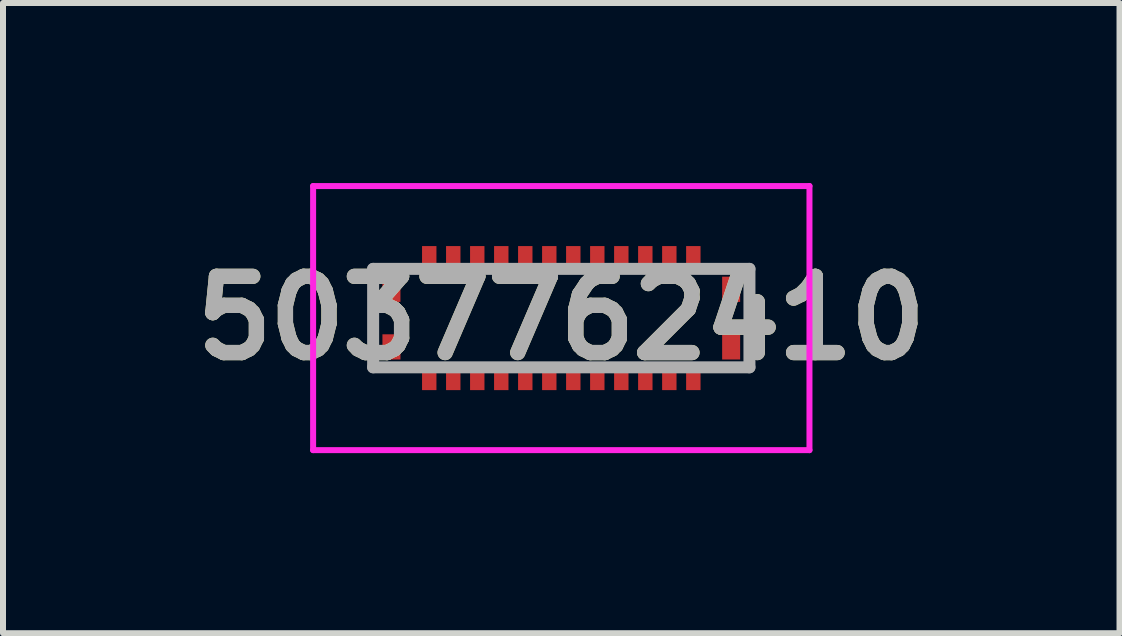
<source format=kicad_pcb>
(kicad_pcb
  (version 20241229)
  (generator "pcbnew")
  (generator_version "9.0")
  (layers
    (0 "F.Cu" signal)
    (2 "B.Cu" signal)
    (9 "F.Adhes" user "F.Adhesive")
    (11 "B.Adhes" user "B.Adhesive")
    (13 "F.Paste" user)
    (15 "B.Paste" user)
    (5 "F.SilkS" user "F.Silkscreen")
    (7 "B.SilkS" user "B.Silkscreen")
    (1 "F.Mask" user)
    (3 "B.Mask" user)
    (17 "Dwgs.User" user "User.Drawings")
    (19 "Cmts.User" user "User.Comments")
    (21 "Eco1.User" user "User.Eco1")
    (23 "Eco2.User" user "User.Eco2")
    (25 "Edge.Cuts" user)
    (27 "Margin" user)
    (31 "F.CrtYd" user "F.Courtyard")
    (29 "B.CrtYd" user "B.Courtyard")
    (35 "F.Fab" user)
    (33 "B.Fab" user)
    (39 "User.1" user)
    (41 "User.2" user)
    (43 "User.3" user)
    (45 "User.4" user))
  (footprint "5037762410"
    (layer "F.Cu")
    (at 6.302 2.25)
    (property "Reference" "5037762410" (at 0 0 0) (layer "F.SilkS") (effects (font (size 1.27 1.27) (thickness 0.254))))
    (attr smd)
    (fp_line (start -3.135 0.847) (end -3.135 -0.82) (stroke (width 0.1) (type solid)) (layer "F.SilkS"))
    (fp_line (start 3.135 0.847) (end 3.135 -0.848) (stroke (width 0.1) (type solid)) (layer "F.SilkS"))
    (fp_line (start -4.135 -2.2) (end 4.135 -2.2) (stroke (width 0.1) (type solid)) (layer "F.CrtYd"))
    (fp_line (start -4.135 2.2) (end -4.135 -2.2) (stroke (width 0.1) (type solid)) (layer "F.CrtYd"))
    (fp_line (start 4.135 -2.2) (end 4.135 2.2) (stroke (width 0.1) (type solid)) (layer "F.CrtYd"))
    (fp_line (start 4.135 2.2) (end -4.135 2.2) (stroke (width 0.1) (type solid)) (layer "F.CrtYd"))
    (fp_line (start -3.135 -0.82) (end 3.135 -0.82) (stroke (width 0.2) (type solid)) (layer "F.Fab"))
    (fp_line (start -3.135 0.82) (end -3.135 -0.82) (stroke (width 0.2) (type solid)) (layer "F.Fab"))
    (fp_line (start 3.135 -0.82) (end 3.135 0.82) (stroke (width 0.2) (type solid)) (layer "F.Fab"))
    (fp_line (start 3.135 0.82) (end -3.135 0.82) (stroke (width 0.2) (type solid)) (layer "F.Fab"))
    (fp_text user "${REFERENCE}" (at 0 0 0) (layer "F.Fab") (effects (font (size 1.27 1.27) (thickness 0.254))))
    (pad "1" smd rect (at -2.2 1.025) (size 0.24 0.35) (layers "F.Cu" "F.Mask" "F.Paste"))
    (pad "2" smd rect (at -2.2 -1.025) (size 0.24 0.35) (layers "F.Cu" "F.Mask" "F.Paste"))
    (pad "3" smd rect (at -1.8 1.025) (size 0.24 0.35) (layers "F.Cu" "F.Mask" "F.Paste"))
    (pad "4" smd rect (at -1.8 -1.025) (size 0.24 0.35) (layers "F.Cu" "F.Mask" "F.Paste"))
    (pad "5" smd rect (at -1.4 1.025) (size 0.24 0.35) (layers "F.Cu" "F.Mask" "F.Paste"))
    (pad "6" smd rect (at -1.4 -1.025) (size 0.24 0.35) (layers "F.Cu" "F.Mask" "F.Paste"))
    (pad "7" smd rect (at -1 1.025) (size 0.24 0.35) (layers "F.Cu" "F.Mask" "F.Paste"))
    (pad "8" smd rect (at -1 -1.025) (size 0.24 0.35) (layers "F.Cu" "F.Mask" "F.Paste"))
    (pad "9" smd rect (at -0.6 1.025) (size 0.24 0.35) (layers "F.Cu" "F.Mask" "F.Paste"))
    (pad "10" smd rect (at -0.6 -1.025) (size 0.24 0.35) (layers "F.Cu" "F.Mask" "F.Paste"))
    (pad "11" smd rect (at -0.2 1.025) (size 0.24 0.35) (layers "F.Cu" "F.Mask" "F.Paste"))
    (pad "12" smd rect (at -0.2 -1.025) (size 0.24 0.35) (layers "F.Cu" "F.Mask" "F.Paste"))
    (pad "13" smd rect (at 0.2 1.025) (size 0.24 0.35) (layers "F.Cu" "F.Mask" "F.Paste"))
    (pad "14" smd rect (at 0.2 -1.025) (size 0.24 0.35) (layers "F.Cu" "F.Mask" "F.Paste"))
    (pad "15" smd rect (at 0.6 1.025) (size 0.24 0.35) (layers "F.Cu" "F.Mask" "F.Paste"))
    (pad "16" smd rect (at 0.6 -1.025) (size 0.24 0.35) (layers "F.Cu" "F.Mask" "F.Paste"))
    (pad "17" smd rect (at 1 1.025) (size 0.24 0.35) (layers "F.Cu" "F.Mask" "F.Paste"))
    (pad "18" smd rect (at 1 -1.025) (size 0.24 0.35) (layers "F.Cu" "F.Mask" "F.Paste"))
    (pad "19" smd rect (at 1.4 1.025) (size 0.24 0.35) (layers "F.Cu" "F.Mask" "F.Paste"))
    (pad "20" smd rect (at 1.4 -1.025) (size 0.24 0.35) (layers "F.Cu" "F.Mask" "F.Paste"))
    (pad "21" smd rect (at 1.8 1.025) (size 0.24 0.35) (layers "F.Cu" "F.Mask" "F.Paste"))
    (pad "22" smd rect (at 1.8 -1.025) (size 0.24 0.35) (layers "F.Cu" "F.Mask" "F.Paste"))
    (pad "23" smd rect (at 2.2 1.025) (size 0.24 0.35) (layers "F.Cu" "F.Mask" "F.Paste"))
    (pad "24" smd rect (at 2.2 -1.025) (size 0.24 0.35) (layers "F.Cu" "F.Mask" "F.Paste"))
    (pad "MP1" smd rect (at -2.83 0.48) (size 0.3 0.42) (layers "F.Cu" "F.Mask" "F.Paste"))
    (pad "MP2" smd rect (at 2.83 0.48) (size 0.3 0.42) (layers "F.Cu" "F.Mask" "F.Paste"))
    (pad "MP3" smd rect (at 2.83 -0.48) (size 0.3 0.42) (layers "F.Cu" "F.Mask" "F.Paste"))
    (pad "MP4" smd rect (at -2.83 -0.48) (size 0.3 0.42) (layers "F.Cu" "F.Mask" "F.Paste")))
  (gr_rect
    (start -3 -3)
    (end 15.603 7.5)
    (stroke (width 0.1) (type default))
    (fill no)
    (layer "Edge.Cuts")))
</source>
